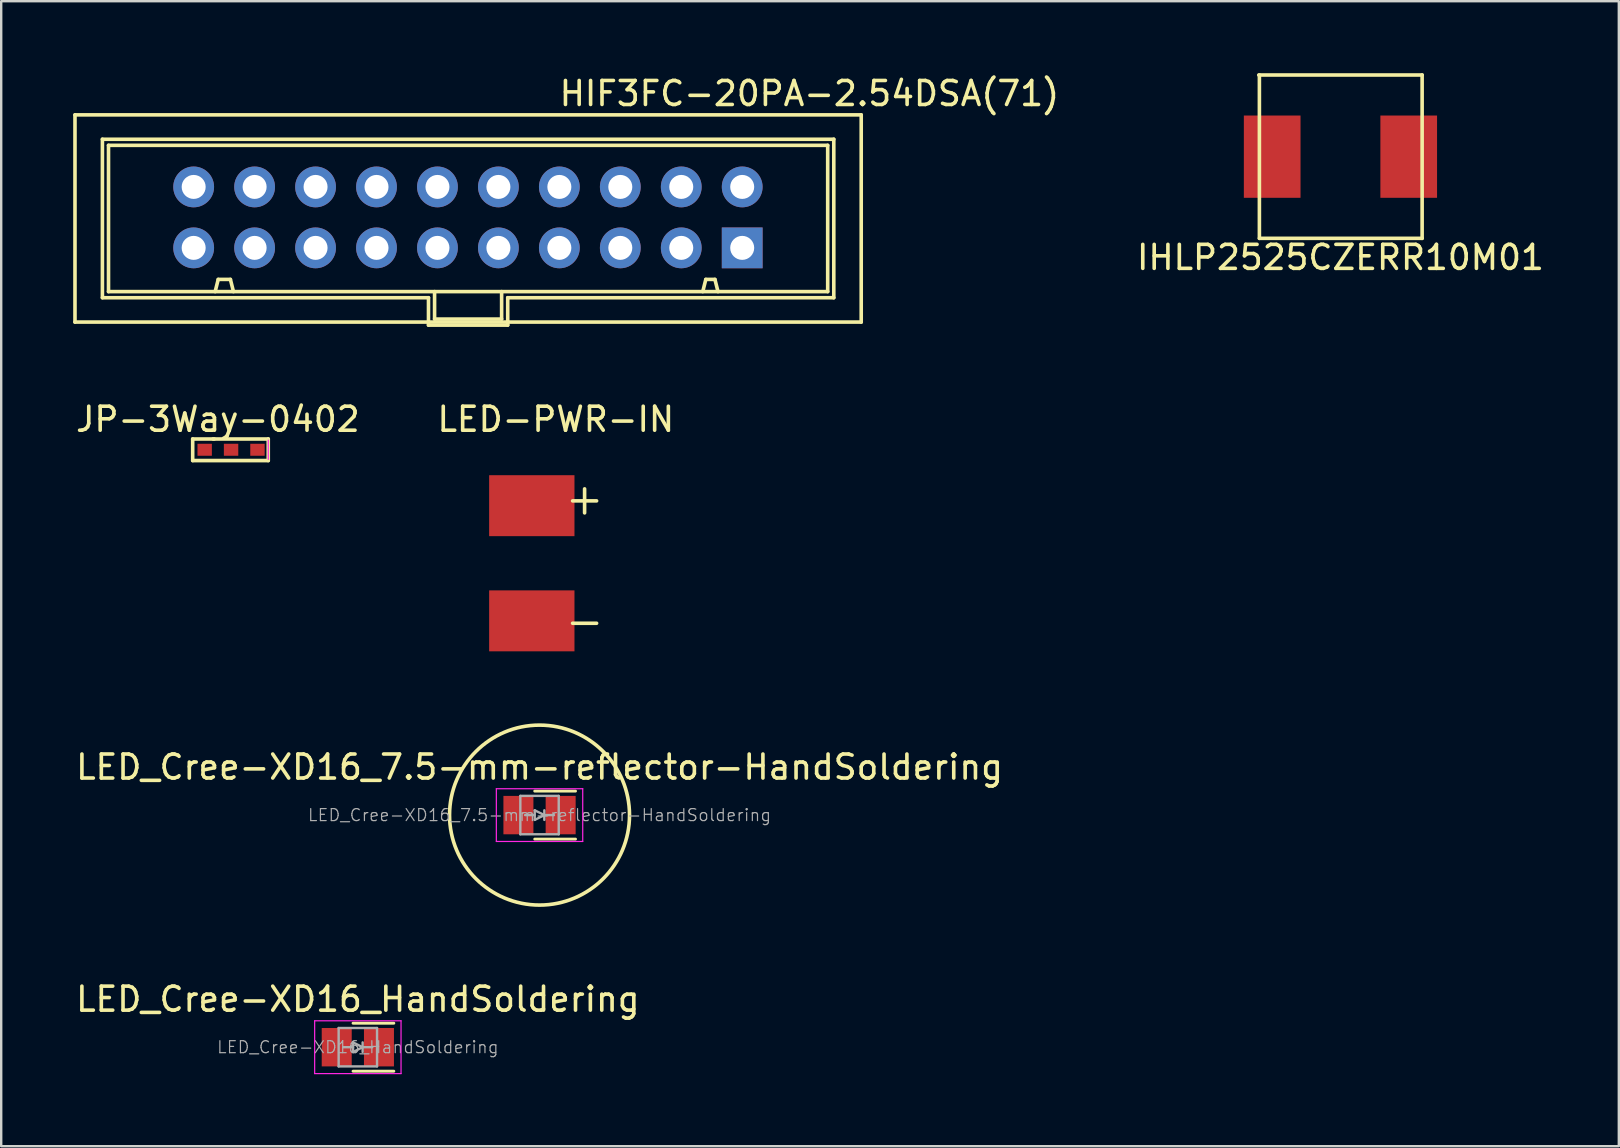
<source format=kicad_pcb>
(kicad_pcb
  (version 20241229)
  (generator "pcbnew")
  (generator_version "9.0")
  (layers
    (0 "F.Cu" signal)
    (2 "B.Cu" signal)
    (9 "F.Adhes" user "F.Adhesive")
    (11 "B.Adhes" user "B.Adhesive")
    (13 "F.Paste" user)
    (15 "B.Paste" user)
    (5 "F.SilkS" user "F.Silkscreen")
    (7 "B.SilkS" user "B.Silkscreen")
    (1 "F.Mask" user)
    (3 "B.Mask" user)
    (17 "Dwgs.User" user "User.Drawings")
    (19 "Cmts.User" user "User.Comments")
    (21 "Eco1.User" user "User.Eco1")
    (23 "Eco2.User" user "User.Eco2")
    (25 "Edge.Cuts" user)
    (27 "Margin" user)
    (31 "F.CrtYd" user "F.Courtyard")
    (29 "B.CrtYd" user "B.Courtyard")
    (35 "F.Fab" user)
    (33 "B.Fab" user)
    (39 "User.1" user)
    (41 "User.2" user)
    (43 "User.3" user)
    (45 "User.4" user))
  (footprint "LED_Cree-XD16_HandSoldering"
    (layer "F.Cu")
    (at 11.863 40.592)
    (property "Reference" "LED_Cree-XD16_HandSoldering" (at 0 -2 0) (layer "F.SilkS") (effects (font (size 1 1) (thickness 0.15))))
    (attr smd)
    (fp_line (start -0.2 -1) (end 1.5 -1) (stroke (width 0.12) (type solid)) (layer "F.SilkS"))
    (fp_line (start -0.2 1) (end 1.5 1) (stroke (width 0.12) (type solid)) (layer "F.SilkS"))
    (fp_line (start -1.8 -1.1) (end 1.8 -1.1) (stroke (width 0.05) (type solid)) (layer "F.CrtYd"))
    (fp_line (start -1.8 1.1) (end -1.8 -1.1) (stroke (width 0.05) (type solid)) (layer "F.CrtYd"))
    (fp_line (start 1.8 -1.1) (end 1.8 1.1) (stroke (width 0.05) (type solid)) (layer "F.CrtYd"))
    (fp_line (start 1.8 1.1) (end -1.8 1.1) (stroke (width 0.05) (type solid)) (layer "F.CrtYd"))
    (fp_line (start -0.8 -0.8) (end 0.8 -0.8) (stroke (width 0.1) (type solid)) (layer "F.Fab"))
    (fp_line (start -0.8 0.8) (end -0.8 -0.8) (stroke (width 0.1) (type solid)) (layer "F.Fab"))
    (fp_line (start -0.6 0) (end -0.2 0) (stroke (width 0.1) (type solid)) (layer "F.Fab"))
    (fp_line (start -0.2 -0.2) (end 0.2 0) (stroke (width 0.1) (type solid)) (layer "F.Fab"))
    (fp_line (start -0.2 0.2) (end -0.2 -0.2) (stroke (width 0.1) (type solid)) (layer "F.Fab"))
    (fp_line (start 0.2 0) (end -0.2 0.2) (stroke (width 0.1) (type solid)) (layer "F.Fab"))
    (fp_line (start 0.2 0.2) (end 0.2 -0.2) (stroke (width 0.1) (type solid)) (layer "F.Fab"))
    (fp_line (start 0.6 0) (end 0.2 0) (stroke (width 0.1) (type solid)) (layer "F.Fab"))
    (fp_line (start 0.8 -0.8) (end 0.8 0.8) (stroke (width 0.1) (type solid)) (layer "F.Fab"))
    (fp_line (start 0.8 0.8) (end -0.8 0.8) (stroke (width 0.1) (type solid)) (layer "F.Fab"))
    (fp_text user "${REFERENCE}" (at 0 0 180) (layer "F.Fab") (effects (font (size 0.5 0.5) (thickness 0.05))))
    (pad "1" smd rect (at -0.88 0 180) (size 1.25 1.6) (layers "F.Cu" "F.Mask" "F.Paste"))
    (pad "2" smd rect (at 0.88 0 180) (size 1.25 1.6) (layers "F.Cu" "F.Mask" "F.Paste")))
  (footprint "LED-PWR-IN"
    (layer "F.Cu")
    (at 19.113 20.424)
    (property "Reference" "LED-PWR-IN" (at 1 -6 0) (layer "F.SilkS") (effects (font (size 1 1) (thickness 0.15))))
    (attr through_hole)
    (fp_line (start 1.7 -2.6) (end 2.7 -2.6) (stroke (width 0.15) (type solid)) (layer "F.SilkS"))
    (fp_line (start 1.7 2.5) (end 2.7 2.5) (stroke (width 0.15) (type solid)) (layer "F.SilkS"))
    (fp_line (start 2.2 -2.1) (end 2.2 -3.1) (stroke (width 0.15) (type solid)) (layer "F.SilkS"))
    (pad "1" smd rect (at 0 -2.4) (size 3.556 2.54) (layers "F.Cu" "F.Mask" "F.Paste"))
    (pad "2" smd rect (at 0 2.4) (size 3.556 2.54) (layers "F.Cu" "F.Mask" "F.Paste")))
  (footprint "JP-3Way-0402"
    (layer "F.Cu")
    (at 6.03 15.694)
    (property "Reference" "JP-3Way-0402" (at 0 -1.27 0) (layer "F.SilkS") (effects (font (size 1 1) (thickness 0.15))))
    (attr smd)
    (fp_line (start -1.05 -0.45) (end -1.05 0.45) (stroke (width 0.15) (type solid)) (layer "F.SilkS"))
    (fp_line (start -1.05 0.45) (end 2.1 0.45) (stroke (width 0.15) (type solid)) (layer "F.SilkS"))
    (fp_line (start -0.15 -0.45) (end -1.05 -0.45) (stroke (width 0.15) (type solid)) (layer "F.SilkS"))
    (fp_line (start 2.1 -0.45) (end -0.2 -0.45) (stroke (width 0.15) (type solid)) (layer "F.SilkS"))
    (fp_line (start 2.1 0.45) (end 2.1 -0.45) (stroke (width 0.15) (type solid)) (layer "F.SilkS"))
    (fp_line (start 2.1 0.4) (end 2.1 -0.4) (stroke (width 0.05) (type solid)) (layer "F.CrtYd"))
    (pad "1" smd rect (at -0.55 0) (size 0.6 0.5) (layers "F.Cu" "F.Mask" "F.Paste"))
    (pad "2" smd rect (at 0.55 0) (size 0.6 0.5) (layers "F.Cu" "F.Mask" "F.Paste"))
    (pad "3" smd rect (at 1.65 0) (size 0.6 0.5) (layers "F.Cu" "F.Mask" "F.Paste")))
  (footprint "HIF3FC-20PA-2.54DSA(71)"
    (layer "F.Cu")
    (at 16.458 6.055)
    (property "Reference" "HIF3FC-20PA-2.54DSA(71)" (at 14.224 -5.207 0) (layer "F.SilkS") (effects (font (size 1 1) (thickness 0.15))))
    (attr through_hole)
    (fp_line (start -16.383 -4.318) (end 16.383 -4.318) (stroke (width 0.15) (type solid)) (layer "F.SilkS"))
    (fp_line (start -16.383 4.318) (end -16.383 -4.318) (stroke (width 0.15) (type solid)) (layer "F.SilkS"))
    (fp_line (start -15.24 -3.302) (end 15.24 -3.302) (stroke (width 0.15) (type solid)) (layer "F.SilkS"))
    (fp_line (start -15.24 3.302) (end -15.24 -3.302) (stroke (width 0.15) (type solid)) (layer "F.SilkS"))
    (fp_line (start -14.986 -3.048) (end -14.986 3.048) (stroke (width 0.15) (type solid)) (layer "F.SilkS"))
    (fp_line (start -14.986 3.048) (end 14.986 3.048) (stroke (width 0.15) (type solid)) (layer "F.SilkS"))
    (fp_line (start -10.414 2.54) (end -10.541 3.048) (stroke (width 0.15) (type solid)) (layer "F.SilkS"))
    (fp_line (start -9.906 2.54) (end -10.414 2.54) (stroke (width 0.15) (type solid)) (layer "F.SilkS"))
    (fp_line (start -9.779 3.048) (end -9.906 2.54) (stroke (width 0.15) (type solid)) (layer "F.SilkS"))
    (fp_line (start -1.651 3.302) (end -15.24 3.302) (stroke (width 0.15) (type solid)) (layer "F.SilkS"))
    (fp_line (start -1.651 4.445) (end -1.651 3.302) (stroke (width 0.15) (type solid)) (layer "F.SilkS"))
    (fp_line (start -1.397 4.191) (end -1.397 3.048) (stroke (width 0.15) (type solid)) (layer "F.SilkS"))
    (fp_line (start 1.397 3.048) (end 1.397 4.191) (stroke (width 0.15) (type solid)) (layer "F.SilkS"))
    (fp_line (start 1.397 4.191) (end -1.397 4.191) (stroke (width 0.15) (type solid)) (layer "F.SilkS"))
    (fp_line (start 1.651 3.302) (end 1.651 4.445) (stroke (width 0.15) (type solid)) (layer "F.SilkS"))
    (fp_line (start 1.651 4.445) (end -1.651 4.445) (stroke (width 0.15) (type solid)) (layer "F.SilkS"))
    (fp_line (start 9.906 2.54) (end 9.779 3.048) (stroke (width 0.15) (type solid)) (layer "F.SilkS"))
    (fp_line (start 10.287 2.54) (end 9.906 2.54) (stroke (width 0.15) (type solid)) (layer "F.SilkS"))
    (fp_line (start 10.414 3.048) (end 10.287 2.54) (stroke (width 0.15) (type solid)) (layer "F.SilkS"))
    (fp_line (start 14.986 -3.048) (end -14.986 -3.048) (stroke (width 0.15) (type solid)) (layer "F.SilkS"))
    (fp_line (start 14.986 3.048) (end 14.986 -3.048) (stroke (width 0.15) (type solid)) (layer "F.SilkS"))
    (fp_line (start 15.24 -3.302) (end 15.24 3.302) (stroke (width 0.15) (type solid)) (layer "F.SilkS"))
    (fp_line (start 15.24 3.302) (end 1.651 3.302) (stroke (width 0.15) (type solid)) (layer "F.SilkS"))
    (fp_line (start 16.383 -4.318) (end 16.383 4.318) (stroke (width 0.15) (type solid)) (layer "F.SilkS"))
    (fp_line (start 16.383 4.318) (end -16.383 4.318) (stroke (width 0.15) (type solid)) (layer "F.SilkS"))
    (pad "1" thru_hole rect (at 11.423 1.225 270) (size 1.7 1.7) (drill 1) (layers "*.Cu" "*.Mask"))
    (pad "2" thru_hole oval (at 11.423 -1.315 270) (size 1.7 1.7) (drill 1) (layers "*.Cu" "*.Mask"))
    (pad "3" thru_hole oval (at 8.883 1.225 270) (size 1.7 1.7) (drill 1) (layers "*.Cu" "*.Mask"))
    (pad "4" thru_hole oval (at 8.883 -1.315 270) (size 1.7 1.7) (drill 1) (layers "*.Cu" "*.Mask"))
    (pad "5" thru_hole oval (at 6.343 1.225 270) (size 1.7 1.7) (drill 1) (layers "*.Cu" "*.Mask"))
    (pad "6" thru_hole oval (at 6.343 -1.315 270) (size 1.7 1.7) (drill 1) (layers "*.Cu" "*.Mask"))
    (pad "7" thru_hole oval (at 3.803 1.225 270) (size 1.7 1.7) (drill 1) (layers "*.Cu" "*.Mask"))
    (pad "8" thru_hole oval (at 3.803 -1.315 270) (size 1.7 1.7) (drill 1) (layers "*.Cu" "*.Mask"))
    (pad "9" thru_hole oval (at 1.263 1.225 270) (size 1.7 1.7) (drill 1) (layers "*.Cu" "*.Mask"))
    (pad "10" thru_hole oval (at 1.263 -1.315 270) (size 1.7 1.7) (drill 1) (layers "*.Cu" "*.Mask"))
    (pad "11" thru_hole oval (at -1.277 1.225 270) (size 1.7 1.7) (drill 1) (layers "*.Cu" "*.Mask"))
    (pad "12" thru_hole oval (at -1.277 -1.315 270) (size 1.7 1.7) (drill 1) (layers "*.Cu" "*.Mask"))
    (pad "13" thru_hole oval (at -3.817 1.225 270) (size 1.7 1.7) (drill 1) (layers "*.Cu" "*.Mask"))
    (pad "14" thru_hole oval (at -3.817 -1.315 270) (size 1.7 1.7) (drill 1) (layers "*.Cu" "*.Mask"))
    (pad "15" thru_hole oval (at -6.357 1.225 270) (size 1.7 1.7) (drill 1) (layers "*.Cu" "*.Mask"))
    (pad "16" thru_hole oval (at -6.357 -1.315 270) (size 1.7 1.7) (drill 1) (layers "*.Cu" "*.Mask"))
    (pad "17" thru_hole oval (at -8.897 1.225 270) (size 1.7 1.7) (drill 1) (layers "*.Cu" "*.Mask"))
    (pad "18" thru_hole oval (at -8.897 -1.315 270) (size 1.7 1.7) (drill 1) (layers "*.Cu" "*.Mask"))
    (pad "19" thru_hole oval (at -11.437 1.225 270) (size 1.7 1.7) (drill 1) (layers "*.Cu" "*.Mask"))
    (pad "20" thru_hole oval (at -11.437 -1.315 270) (size 1.7 1.7) (drill 1) (layers "*.Cu" "*.Mask")))
  (footprint "IHLP2525CZERR10M01"
    (layer "F.Cu")
    (at 52.813 3.479)
    (property "Reference" "IHLP2525CZERR10M01" (at 0 4.2 0) (layer "F.SilkS") (effects (font (size 1 1) (thickness 0.15))))
    (attr through_hole)
    (fp_line (start -3.404 -3.404) (end 3.404 -3.404) (stroke (width 0.15) (type solid)) (layer "F.SilkS"))
    (fp_line (start -3.378 3.404) (end -3.378 -3.404) (stroke (width 0.15) (type solid)) (layer "F.SilkS"))
    (fp_line (start 3.404 -3.404) (end 3.404 3.404) (stroke (width 0.15) (type solid)) (layer "F.SilkS"))
    (fp_line (start 3.404 3.404) (end -3.378 3.404) (stroke (width 0.15) (type solid)) (layer "F.SilkS"))
    (pad "1" smd rect (at -2.845 0) (size 2.362 3.429) (layers "F.Cu" "F.Mask" "F.Paste"))
    (pad "2" smd rect (at 2.845 0) (size 2.362 3.429) (layers "F.Cu" "F.Mask" "F.Paste")))
  (footprint "LED_Cree-XD16_7.5-mm-reflector-HandSoldering"
    (layer "F.Cu")
    (at 19.435 30.919)
    (property "Reference" "LED_Cree-XD16_7.5-mm-reflector-HandSoldering" (at 0 -2 0) (layer "F.SilkS") (effects (font (size 1 1) (thickness 0.15))))
    (attr smd)
    (fp_line (start -0.2 -1) (end 1.5 -1) (stroke (width 0.12) (type solid)) (layer "F.SilkS"))
    (fp_line (start -0.2 1) (end 1.5 1) (stroke (width 0.12) (type solid)) (layer "F.SilkS"))
    (fp_circle (center 0 0) (end 3.75 0) (stroke (width 0.15) (type solid)) (fill no) (layer "F.SilkS"))
    (fp_line (start -1.8 -1.1) (end 1.8 -1.1) (stroke (width 0.05) (type solid)) (layer "F.CrtYd"))
    (fp_line (start -1.8 1.1) (end -1.8 -1.1) (stroke (width 0.05) (type solid)) (layer "F.CrtYd"))
    (fp_line (start 1.8 -1.1) (end 1.8 1.1) (stroke (width 0.05) (type solid)) (layer "F.CrtYd"))
    (fp_line (start 1.8 1.1) (end -1.8 1.1) (stroke (width 0.05) (type solid)) (layer "F.CrtYd"))
    (fp_line (start -0.8 -0.8) (end 0.8 -0.8) (stroke (width 0.1) (type solid)) (layer "F.Fab"))
    (fp_line (start -0.8 0.8) (end -0.8 -0.8) (stroke (width 0.1) (type solid)) (layer "F.Fab"))
    (fp_line (start -0.6 0) (end -0.2 0) (stroke (width 0.1) (type solid)) (layer "F.Fab"))
    (fp_line (start -0.2 -0.2) (end 0.2 0) (stroke (width 0.1) (type solid)) (layer "F.Fab"))
    (fp_line (start -0.2 0.2) (end -0.2 -0.2) (stroke (width 0.1) (type solid)) (layer "F.Fab"))
    (fp_line (start 0.2 0) (end -0.2 0.2) (stroke (width 0.1) (type solid)) (layer "F.Fab"))
    (fp_line (start 0.2 0.2) (end 0.2 -0.2) (stroke (width 0.1) (type solid)) (layer "F.Fab"))
    (fp_line (start 0.6 0) (end 0.2 0) (stroke (width 0.1) (type solid)) (layer "F.Fab"))
    (fp_line (start 0.8 -0.8) (end 0.8 0.8) (stroke (width 0.1) (type solid)) (layer "F.Fab"))
    (fp_line (start 0.8 0.8) (end -0.8 0.8) (stroke (width 0.1) (type solid)) (layer "F.Fab"))
    (fp_text user "${REFERENCE}" (at 0 0 180) (layer "F.Fab") (effects (font (size 0.5 0.5) (thickness 0.05))))
    (pad "1" smd rect (at -0.88 0 180) (size 1.25 1.6) (layers "F.Cu" "F.Mask" "F.Paste"))
    (pad "2" smd rect (at 0.88 0 180) (size 1.25 1.6) (layers "F.Cu" "F.Mask" "F.Paste")))
  (gr_rect
    (start -3 -3)
    (end 64.414 44.717)
    (stroke (width 0.1) (type default))
    (fill no)
    (layer "Edge.Cuts")))
</source>
